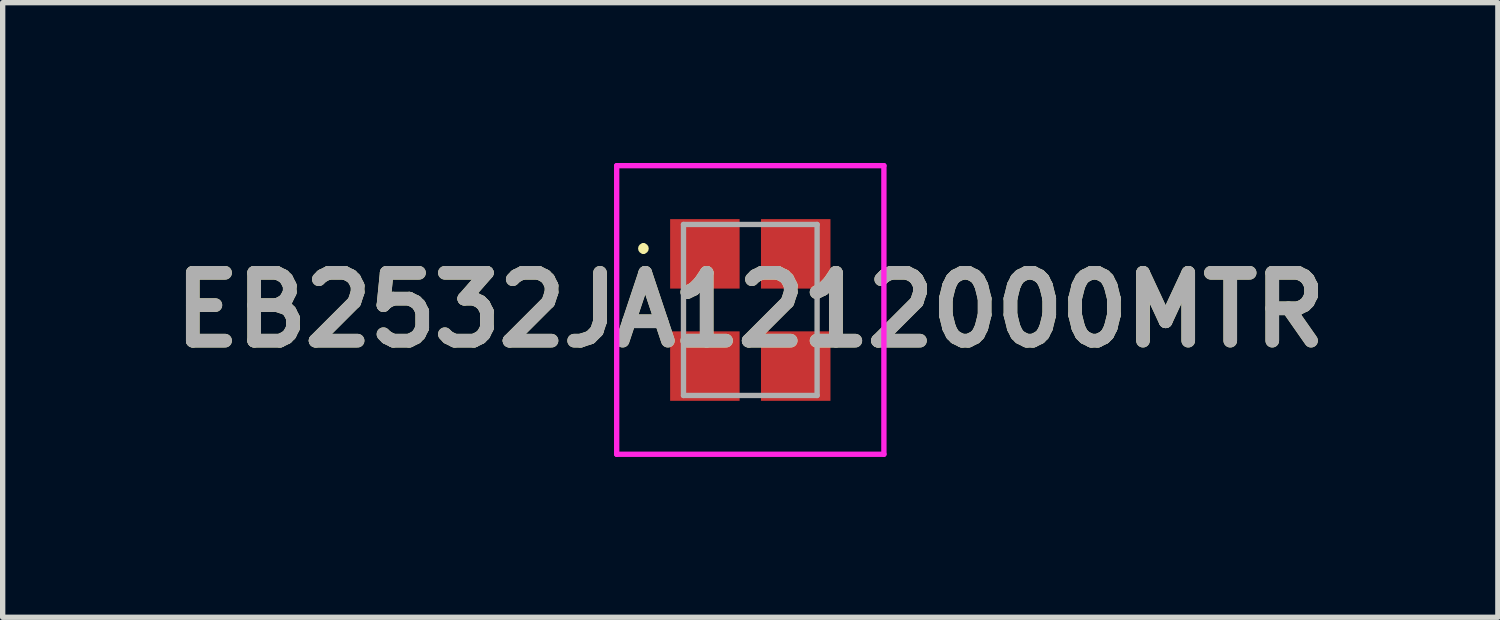
<source format=kicad_pcb>
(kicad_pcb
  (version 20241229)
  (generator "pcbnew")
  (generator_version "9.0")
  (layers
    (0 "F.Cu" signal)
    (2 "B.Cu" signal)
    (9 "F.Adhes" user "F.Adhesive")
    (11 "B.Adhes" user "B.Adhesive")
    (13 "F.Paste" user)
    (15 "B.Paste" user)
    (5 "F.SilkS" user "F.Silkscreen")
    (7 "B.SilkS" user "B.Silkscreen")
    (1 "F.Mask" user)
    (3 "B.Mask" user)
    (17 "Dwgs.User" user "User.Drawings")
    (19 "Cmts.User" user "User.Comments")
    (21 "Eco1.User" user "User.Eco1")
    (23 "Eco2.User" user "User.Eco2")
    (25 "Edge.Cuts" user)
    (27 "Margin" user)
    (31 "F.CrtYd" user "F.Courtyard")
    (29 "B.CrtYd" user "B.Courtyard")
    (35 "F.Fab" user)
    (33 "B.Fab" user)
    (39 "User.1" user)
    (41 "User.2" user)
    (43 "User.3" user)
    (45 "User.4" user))
  (footprint "EB2532JA1212000MTR"
    (layer "F.Cu")
    (at 10.989 2.75)
    (property "Reference" "EB2532JA1212000MTR" (at 0 0 0) (layer "F.SilkS") (effects (font (size 1.27 1.27) (thickness 0.254))))
    (attr smd)
    (fp_line (start -2 -1.2) (end -2 -1.2) (stroke (width 0.1) (type solid)) (layer "F.SilkS"))
    (fp_line (start -2 -1.1) (end -2 -1.1) (stroke (width 0.1) (type solid)) (layer "F.SilkS"))
    (fp_arc (start -2 -1.2) (mid -1.95 -1.15) (end -2 -1.1) (stroke (width 0.1) (type solid)) (layer "F.SilkS"))
    (fp_arc (start -2 -1.1) (mid -2.05 -1.15) (end -2 -1.2) (stroke (width 0.1) (type solid)) (layer "F.SilkS"))
    (fp_line (start -2.5 -2.7) (end -2.5 2.7) (stroke (width 0.1) (type solid)) (layer "F.CrtYd"))
    (fp_line (start -2.5 2.7) (end 2.5 2.7) (stroke (width 0.1) (type solid)) (layer "F.CrtYd"))
    (fp_line (start 2.5 -2.7) (end -2.5 -2.7) (stroke (width 0.1) (type solid)) (layer "F.CrtYd"))
    (fp_line (start 2.5 2.7) (end 2.5 -2.7) (stroke (width 0.1) (type solid)) (layer "F.CrtYd"))
    (fp_line (start -1.25 -1.6) (end -1.25 1.6) (stroke (width 0.1) (type solid)) (layer "F.Fab"))
    (fp_line (start -1.25 1.6) (end 1.25 1.6) (stroke (width 0.1) (type solid)) (layer "F.Fab"))
    (fp_line (start 1.25 -1.6) (end -1.25 -1.6) (stroke (width 0.1) (type solid)) (layer "F.Fab"))
    (fp_line (start 1.25 1.6) (end 1.25 -1.6) (stroke (width 0.1) (type solid)) (layer "F.Fab"))
    (fp_text user "${REFERENCE}" (at 0 0 0) (layer "F.Fab") (effects (font (size 1.27 1.27) (thickness 0.254))))
    (pad "1" smd rect (at -0.85 -1.05 90) (size 1.3 1.3) (layers "F.Cu" "F.Mask" "F.Paste"))
    (pad "2" smd rect (at -0.85 1.05 90) (size 1.3 1.3) (layers "F.Cu" "F.Mask" "F.Paste"))
    (pad "3" smd rect (at 0.85 1.05 90) (size 1.3 1.3) (layers "F.Cu" "F.Mask" "F.Paste"))
    (pad "4" smd rect (at 0.85 -1.05 90) (size 1.3 1.3) (layers "F.Cu" "F.Mask" "F.Paste")))
  (gr_rect
    (start -3 -3)
    (end 24.977 8.5)
    (stroke (width 0.1) (type default))
    (fill no)
    (layer "Edge.Cuts")))
</source>
